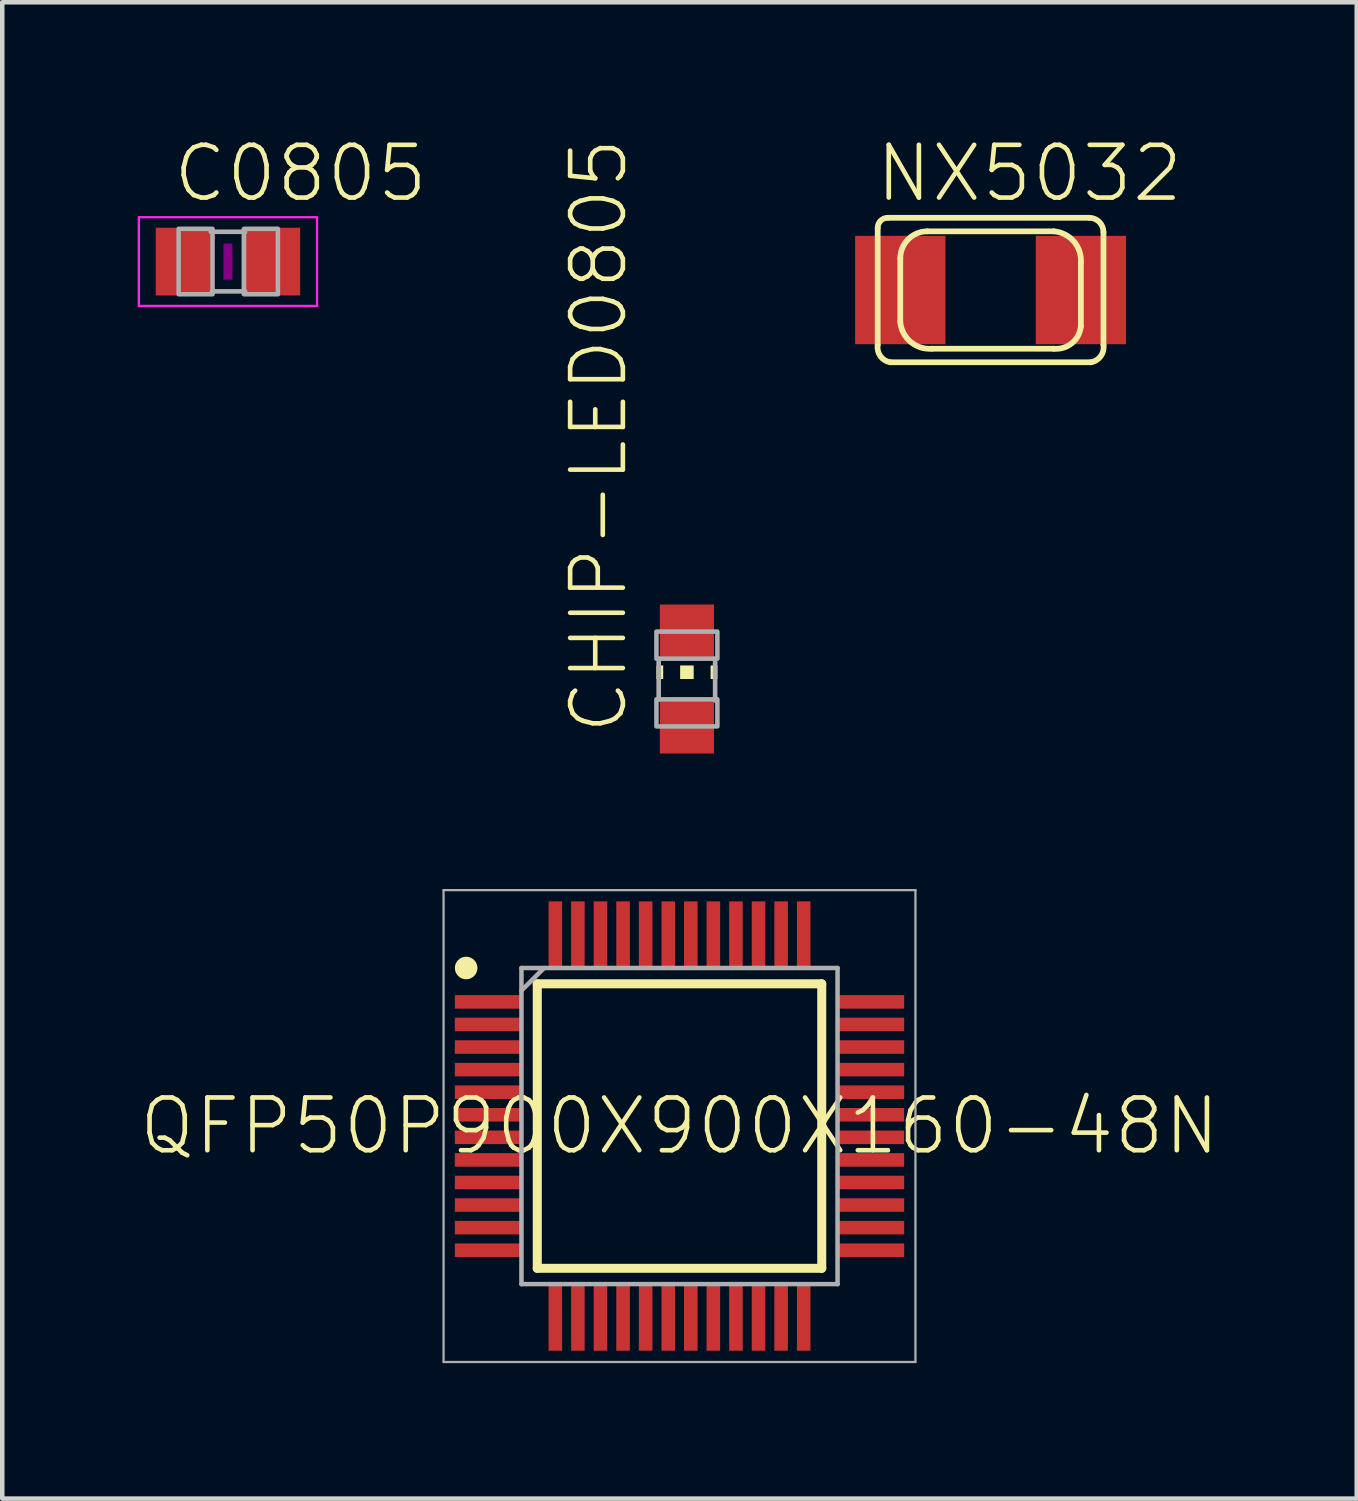
<source format=kicad_pcb>
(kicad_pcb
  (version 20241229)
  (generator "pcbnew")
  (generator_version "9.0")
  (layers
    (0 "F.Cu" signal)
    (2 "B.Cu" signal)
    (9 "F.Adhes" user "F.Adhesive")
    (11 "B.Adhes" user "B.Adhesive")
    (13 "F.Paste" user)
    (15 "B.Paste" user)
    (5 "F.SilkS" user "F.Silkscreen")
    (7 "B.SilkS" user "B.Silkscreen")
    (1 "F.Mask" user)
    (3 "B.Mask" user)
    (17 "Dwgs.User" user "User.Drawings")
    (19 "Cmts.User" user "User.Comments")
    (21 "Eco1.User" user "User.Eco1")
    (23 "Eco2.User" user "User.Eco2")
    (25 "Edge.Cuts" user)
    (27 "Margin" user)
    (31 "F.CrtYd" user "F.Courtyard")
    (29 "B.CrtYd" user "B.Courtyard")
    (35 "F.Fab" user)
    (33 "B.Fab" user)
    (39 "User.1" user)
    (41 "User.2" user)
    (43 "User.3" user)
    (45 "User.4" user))
  (footprint "CHIP-LED0805"
    (layer "F.Cu")
    (at 12.162 11.987)
    (property "Reference" "CHIP-LED0805" (at -1.27 1.27 90) (layer "F.SilkS") (effects (font (size 1.168 1.168) (thickness 0.102)) (justify left bottom)))
    (fp_poly (pts (xy -0.675 0) (xy -0.525 0) (xy -0.525 -0.3) (xy -0.675 -0.3)) (stroke (width 0) (type solid)) (fill yes) (layer "F.SilkS"))
    (fp_poly (pts (xy -0.15 0) (xy 0.15 0) (xy 0.15 -0.3) (xy -0.15 -0.3)) (stroke (width 0) (type solid)) (fill yes) (layer "F.SilkS"))
    (fp_poly (pts (xy 0.525 0) (xy 0.675 0) (xy 0.675 -0.3) (xy 0.525 -0.3)) (stroke (width 0) (type solid)) (fill yes) (layer "F.SilkS"))
    (fp_line (start -0.625 -0.45) (end -0.625 0.45) (stroke (width 0.102) (type solid)) (layer "F.Fab"))
    (fp_line (start 0.625 -0.45) (end 0.625 0.475) (stroke (width 0.102) (type solid)) (layer "F.Fab"))
    (fp_poly (pts (xy -0.675 -0.45) (xy 0.675 -0.45) (xy 0.675 -1.05) (xy -0.675 -1.05)) (stroke (width 0.1) (type solid)) (fill no) (layer "F.Fab"))
    (fp_poly (pts (xy -0.675 1.05) (xy 0.675 1.05) (xy 0.675 0.45) (xy -0.675 0.45)) (stroke (width 0.1) (type solid)) (fill no) (layer "F.Fab"))
    (pad "A" smd rect (at 0 1.05) (size 1.2 1.2) (layers "F.Cu" "F.Mask" "F.Paste"))
    (pad "C" smd rect (at 0 -1.05) (size 1.2 1.2) (layers "F.Cu" "F.Mask" "F.Paste")))
  (footprint "NX5032"
    (layer "F.Cu")
    (at 18.887 3.373)
    (property "Reference" "NX5032" (at -2.6 -1.9 0) (layer "F.SilkS") (effects (font (size 1.168 1.168) (thickness 0.102)) (justify left bottom)))
    (fp_line (start -2.5 1.217) (end -2.5 -1.376) (stroke (width 0.127) (type solid)) (layer "F.SilkS"))
    (fp_line (start -2.276 -1.6) (end 2.184 -1.6) (stroke (width 0.127) (type solid)) (layer "F.SilkS"))
    (fp_line (start -2 0.7) (end -2 -0.7) (stroke (width 0.127) (type solid)) (layer "F.SilkS"))
    (fp_line (start -1.4 -1.3) (end 1.4 -1.3) (stroke (width 0.127) (type solid)) (layer "F.SilkS"))
    (fp_line (start 1.4 1.3) (end -1.3 1.3) (stroke (width 0.127) (type solid)) (layer "F.SilkS"))
    (fp_line (start 2 -0.6) (end 2 0.8) (stroke (width 0.127) (type solid)) (layer "F.SilkS"))
    (fp_line (start 2.217 1.6) (end -2.217 1.6) (stroke (width 0.127) (type solid)) (layer "F.SilkS"))
    (fp_line (start 2.5 -1.284) (end 2.5 1.217) (stroke (width 0.127) (type solid)) (layer "F.SilkS"))
    (fp_arc (start -2.5 -1.3764) (mid -2.434509 -1.534509) (end -2.2764 -1.6) (stroke (width 0.127) (type solid)) (layer "F.SilkS"))
    (fp_arc (start -2.2172 1.6) (mid -2.43788 1.46717) (end -2.5 1.2172) (stroke (width 0.127) (type solid)) (layer "F.SilkS"))
    (fp_arc (start -2 -0.7) (mid -1.824264 -1.124264) (end -1.4 -1.3) (stroke (width 0.127) (type solid)) (layer "F.SilkS"))
    (fp_arc (start -1.3 1.3) (mid -1.774264 1.144975) (end -2 0.7) (stroke (width 0.127) (type solid)) (layer "F.SilkS"))
    (fp_arc (start 1.4 -1.3) (mid 1.844917 -1.074214) (end 2.000001 -0.599999) (stroke (width 0.127) (type solid)) (layer "F.SilkS"))
    (fp_arc (start 2 0.8) (mid 1.803553 1.174264) (end 1.4 1.3) (stroke (width 0.127) (type solid)) (layer "F.SilkS"))
    (fp_arc (start 2.1838 -1.6) (mid 2.407387 -1.507387) (end 2.5 -1.2838) (stroke (width 0.127) (type solid)) (layer "F.SilkS"))
    (fp_arc (start 2.5 1.2172) (mid 2.43788 1.46717) (end 2.2172 1.6) (stroke (width 0.127) (type solid)) (layer "F.SilkS"))
    (pad "P$1" smd rect (at 2 0) (size 2 2.4) (layers "F.Cu" "F.Mask" "F.Paste"))
    (pad "P$2" smd rect (at -2 0 180) (size 2 2.4) (layers "F.Cu" "F.Mask" "F.Paste")))
  (footprint "C0805"
    (layer "F.Cu")
    (at 1.998 2.743)
    (property "Reference" "C0805" (at -1.27 -1.27 0) (layer "F.SilkS") (effects (font (size 1.168 1.168) (thickness 0.102)) (justify left bottom)))
    (fp_poly (pts (xy -0.1 0.4) (xy 0.1 0.4) (xy 0.1 -0.4) (xy -0.1 -0.4)) (stroke (width 0) (type solid)) (fill yes) (layer "F.Adhes"))
    (fp_line (start -1.973 -0.983) (end 1.973 -0.983) (stroke (width 0.051) (type solid)) (layer "F.CrtYd"))
    (fp_line (start -1.973 0.983) (end -1.973 -0.983) (stroke (width 0.051) (type solid)) (layer "F.CrtYd"))
    (fp_line (start 1.973 -0.983) (end 1.973 0.983) (stroke (width 0.051) (type solid)) (layer "F.CrtYd"))
    (fp_line (start 1.973 0.983) (end -1.973 0.983) (stroke (width 0.051) (type solid)) (layer "F.CrtYd"))
    (fp_line (start -0.381 -0.66) (end 0.381 -0.66) (stroke (width 0.102) (type solid)) (layer "F.Fab"))
    (fp_line (start -0.356 0.66) (end 0.381 0.66) (stroke (width 0.102) (type solid)) (layer "F.Fab"))
    (fp_poly (pts (xy -1.092 0.724) (xy -0.342 0.724) (xy -0.342 -0.726) (xy -1.092 -0.726)) (stroke (width 0.1) (type solid)) (fill no) (layer "F.Fab"))
    (fp_poly (pts (xy 0.356 0.724) (xy 1.106 0.724) (xy 1.106 -0.726) (xy 0.356 -0.726)) (stroke (width 0.1) (type solid)) (fill no) (layer "F.Fab"))
    (pad "1" smd rect (at -0.95 0) (size 1.3 1.5) (layers "F.Cu" "F.Mask" "F.Paste"))
    (pad "2" smd rect (at 0.95 0) (size 1.3 1.5) (layers "F.Cu" "F.Mask" "F.Paste")))
  (footprint "QFP50P900X900X160-48N"
    (layer "F.Cu")
    (at 11.998 21.887)
    (property "Reference" "QFP50P900X900X160-48N" (at 0 0 0) (layer "F.SilkS") (effects (font (size 1.168 1.168) (thickness 0.102))))
    (fp_line (start -3.15 -3.15) (end 3.15 -3.15) (stroke (width 0.2) (type solid)) (layer "F.SilkS"))
    (fp_line (start -3.15 3.15) (end -3.15 -3.15) (stroke (width 0.2) (type solid)) (layer "F.SilkS"))
    (fp_line (start 3.15 -3.15) (end 3.15 3.15) (stroke (width 0.2) (type solid)) (layer "F.SilkS"))
    (fp_line (start 3.15 3.15) (end -3.15 3.15) (stroke (width 0.2) (type solid)) (layer "F.SilkS"))
    (fp_circle (center -4.725 -3.5) (end -4.6 -3.5) (stroke (width 0.25) (type solid)) (fill no) (layer "F.SilkS"))
    (fp_line (start -5.225 -5.225) (end 5.225 -5.225) (stroke (width 0.05) (type solid)) (layer "F.Fab"))
    (fp_line (start -5.225 5.225) (end -5.225 -5.225) (stroke (width 0.05) (type solid)) (layer "F.Fab"))
    (fp_line (start -3.5 -3.5) (end 3.5 -3.5) (stroke (width 0.1) (type solid)) (layer "F.Fab"))
    (fp_line (start -3.5 -3) (end -3 -3.5) (stroke (width 0.1) (type solid)) (layer "F.Fab"))
    (fp_line (start -3.5 3.5) (end -3.5 -3.5) (stroke (width 0.1) (type solid)) (layer "F.Fab"))
    (fp_line (start 3.5 -3.5) (end 3.5 3.5) (stroke (width 0.1) (type solid)) (layer "F.Fab"))
    (fp_line (start 3.5 3.5) (end -3.5 3.5) (stroke (width 0.1) (type solid)) (layer "F.Fab"))
    (fp_line (start 5.225 -5.225) (end 5.225 5.225) (stroke (width 0.05) (type solid)) (layer "F.Fab"))
    (fp_line (start 5.225 5.225) (end -5.225 5.225) (stroke (width 0.05) (type solid)) (layer "F.Fab"))
    (pad "1" smd rect (at -4.238 -2.75) (size 1.475 0.3) (layers "F.Cu" "F.Mask" "F.Paste"))
    (pad "2" smd rect (at -4.238 -2.25) (size 1.475 0.3) (layers "F.Cu" "F.Mask" "F.Paste"))
    (pad "3" smd rect (at -4.238 -1.75) (size 1.475 0.3) (layers "F.Cu" "F.Mask" "F.Paste"))
    (pad "4" smd rect (at -4.238 -1.25) (size 1.475 0.3) (layers "F.Cu" "F.Mask" "F.Paste"))
    (pad "5" smd rect (at -4.238 -0.75) (size 1.475 0.3) (layers "F.Cu" "F.Mask" "F.Paste"))
    (pad "6" smd rect (at -4.238 -0.25) (size 1.475 0.3) (layers "F.Cu" "F.Mask" "F.Paste"))
    (pad "7" smd rect (at -4.238 0.25) (size 1.475 0.3) (layers "F.Cu" "F.Mask" "F.Paste"))
    (pad "8" smd rect (at -4.238 0.75) (size 1.475 0.3) (layers "F.Cu" "F.Mask" "F.Paste"))
    (pad "9" smd rect (at -4.238 1.25) (size 1.475 0.3) (layers "F.Cu" "F.Mask" "F.Paste"))
    (pad "10" smd rect (at -4.238 1.75) (size 1.475 0.3) (layers "F.Cu" "F.Mask" "F.Paste"))
    (pad "11" smd rect (at -4.238 2.25) (size 1.475 0.3) (layers "F.Cu" "F.Mask" "F.Paste"))
    (pad "12" smd rect (at -4.238 2.75) (size 1.475 0.3) (layers "F.Cu" "F.Mask" "F.Paste"))
    (pad "13" smd rect (at -2.75 4.238 90) (size 1.475 0.3) (layers "F.Cu" "F.Mask" "F.Paste"))
    (pad "14" smd rect (at -2.25 4.238 90) (size 1.475 0.3) (layers "F.Cu" "F.Mask" "F.Paste"))
    (pad "15" smd rect (at -1.75 4.238 90) (size 1.475 0.3) (layers "F.Cu" "F.Mask" "F.Paste"))
    (pad "16" smd rect (at -1.25 4.238 90) (size 1.475 0.3) (layers "F.Cu" "F.Mask" "F.Paste"))
    (pad "17" smd rect (at -0.75 4.238 90) (size 1.475 0.3) (layers "F.Cu" "F.Mask" "F.Paste"))
    (pad "18" smd rect (at -0.25 4.238 90) (size 1.475 0.3) (layers "F.Cu" "F.Mask" "F.Paste"))
    (pad "19" smd rect (at 0.25 4.238 90) (size 1.475 0.3) (layers "F.Cu" "F.Mask" "F.Paste"))
    (pad "20" smd rect (at 0.75 4.238 90) (size 1.475 0.3) (layers "F.Cu" "F.Mask" "F.Paste"))
    (pad "21" smd rect (at 1.25 4.238 90) (size 1.475 0.3) (layers "F.Cu" "F.Mask" "F.Paste"))
    (pad "22" smd rect (at 1.75 4.238 90) (size 1.475 0.3) (layers "F.Cu" "F.Mask" "F.Paste"))
    (pad "23" smd rect (at 2.25 4.238 90) (size 1.475 0.3) (layers "F.Cu" "F.Mask" "F.Paste"))
    (pad "24" smd rect (at 2.75 4.238 90) (size 1.475 0.3) (layers "F.Cu" "F.Mask" "F.Paste"))
    (pad "25" smd rect (at 4.238 2.75) (size 1.475 0.3) (layers "F.Cu" "F.Mask" "F.Paste"))
    (pad "26" smd rect (at 4.238 2.25) (size 1.475 0.3) (layers "F.Cu" "F.Mask" "F.Paste"))
    (pad "27" smd rect (at 4.238 1.75) (size 1.475 0.3) (layers "F.Cu" "F.Mask" "F.Paste"))
    (pad "28" smd rect (at 4.238 1.25) (size 1.475 0.3) (layers "F.Cu" "F.Mask" "F.Paste"))
    (pad "29" smd rect (at 4.238 0.75) (size 1.475 0.3) (layers "F.Cu" "F.Mask" "F.Paste"))
    (pad "30" smd rect (at 4.238 0.25) (size 1.475 0.3) (layers "F.Cu" "F.Mask" "F.Paste"))
    (pad "31" smd rect (at 4.238 -0.25) (size 1.475 0.3) (layers "F.Cu" "F.Mask" "F.Paste"))
    (pad "32" smd rect (at 4.238 -0.75) (size 1.475 0.3) (layers "F.Cu" "F.Mask" "F.Paste"))
    (pad "33" smd rect (at 4.238 -1.25) (size 1.475 0.3) (layers "F.Cu" "F.Mask" "F.Paste"))
    (pad "34" smd rect (at 4.238 -1.75) (size 1.475 0.3) (layers "F.Cu" "F.Mask" "F.Paste"))
    (pad "35" smd rect (at 4.238 -2.25) (size 1.475 0.3) (layers "F.Cu" "F.Mask" "F.Paste"))
    (pad "36" smd rect (at 4.238 -2.75) (size 1.475 0.3) (layers "F.Cu" "F.Mask" "F.Paste"))
    (pad "37" smd rect (at 2.75 -4.238 90) (size 1.475 0.3) (layers "F.Cu" "F.Mask" "F.Paste"))
    (pad "38" smd rect (at 2.25 -4.238 90) (size 1.475 0.3) (layers "F.Cu" "F.Mask" "F.Paste"))
    (pad "39" smd rect (at 1.75 -4.238 90) (size 1.475 0.3) (layers "F.Cu" "F.Mask" "F.Paste"))
    (pad "40" smd rect (at 1.25 -4.238 90) (size 1.475 0.3) (layers "F.Cu" "F.Mask" "F.Paste"))
    (pad "41" smd rect (at 0.75 -4.238 90) (size 1.475 0.3) (layers "F.Cu" "F.Mask" "F.Paste"))
    (pad "42" smd rect (at 0.25 -4.238 90) (size 1.475 0.3) (layers "F.Cu" "F.Mask" "F.Paste"))
    (pad "43" smd rect (at -0.25 -4.238 90) (size 1.475 0.3) (layers "F.Cu" "F.Mask" "F.Paste"))
    (pad "44" smd rect (at -0.75 -4.238 90) (size 1.475 0.3) (layers "F.Cu" "F.Mask" "F.Paste"))
    (pad "45" smd rect (at -1.25 -4.238 90) (size 1.475 0.3) (layers "F.Cu" "F.Mask" "F.Paste"))
    (pad "46" smd rect (at -1.75 -4.238 90) (size 1.475 0.3) (layers "F.Cu" "F.Mask" "F.Paste"))
    (pad "47" smd rect (at -2.25 -4.238 90) (size 1.475 0.3) (layers "F.Cu" "F.Mask" "F.Paste"))
    (pad "48" smd rect (at -2.75 -4.238 90) (size 1.475 0.3) (layers "F.Cu" "F.Mask" "F.Paste")))
  (gr_rect
    (start -3 -3)
    (end 26.996 30.137)
    (stroke (width 0.1) (type default))
    (fill no)
    (layer "Edge.Cuts")))
</source>
